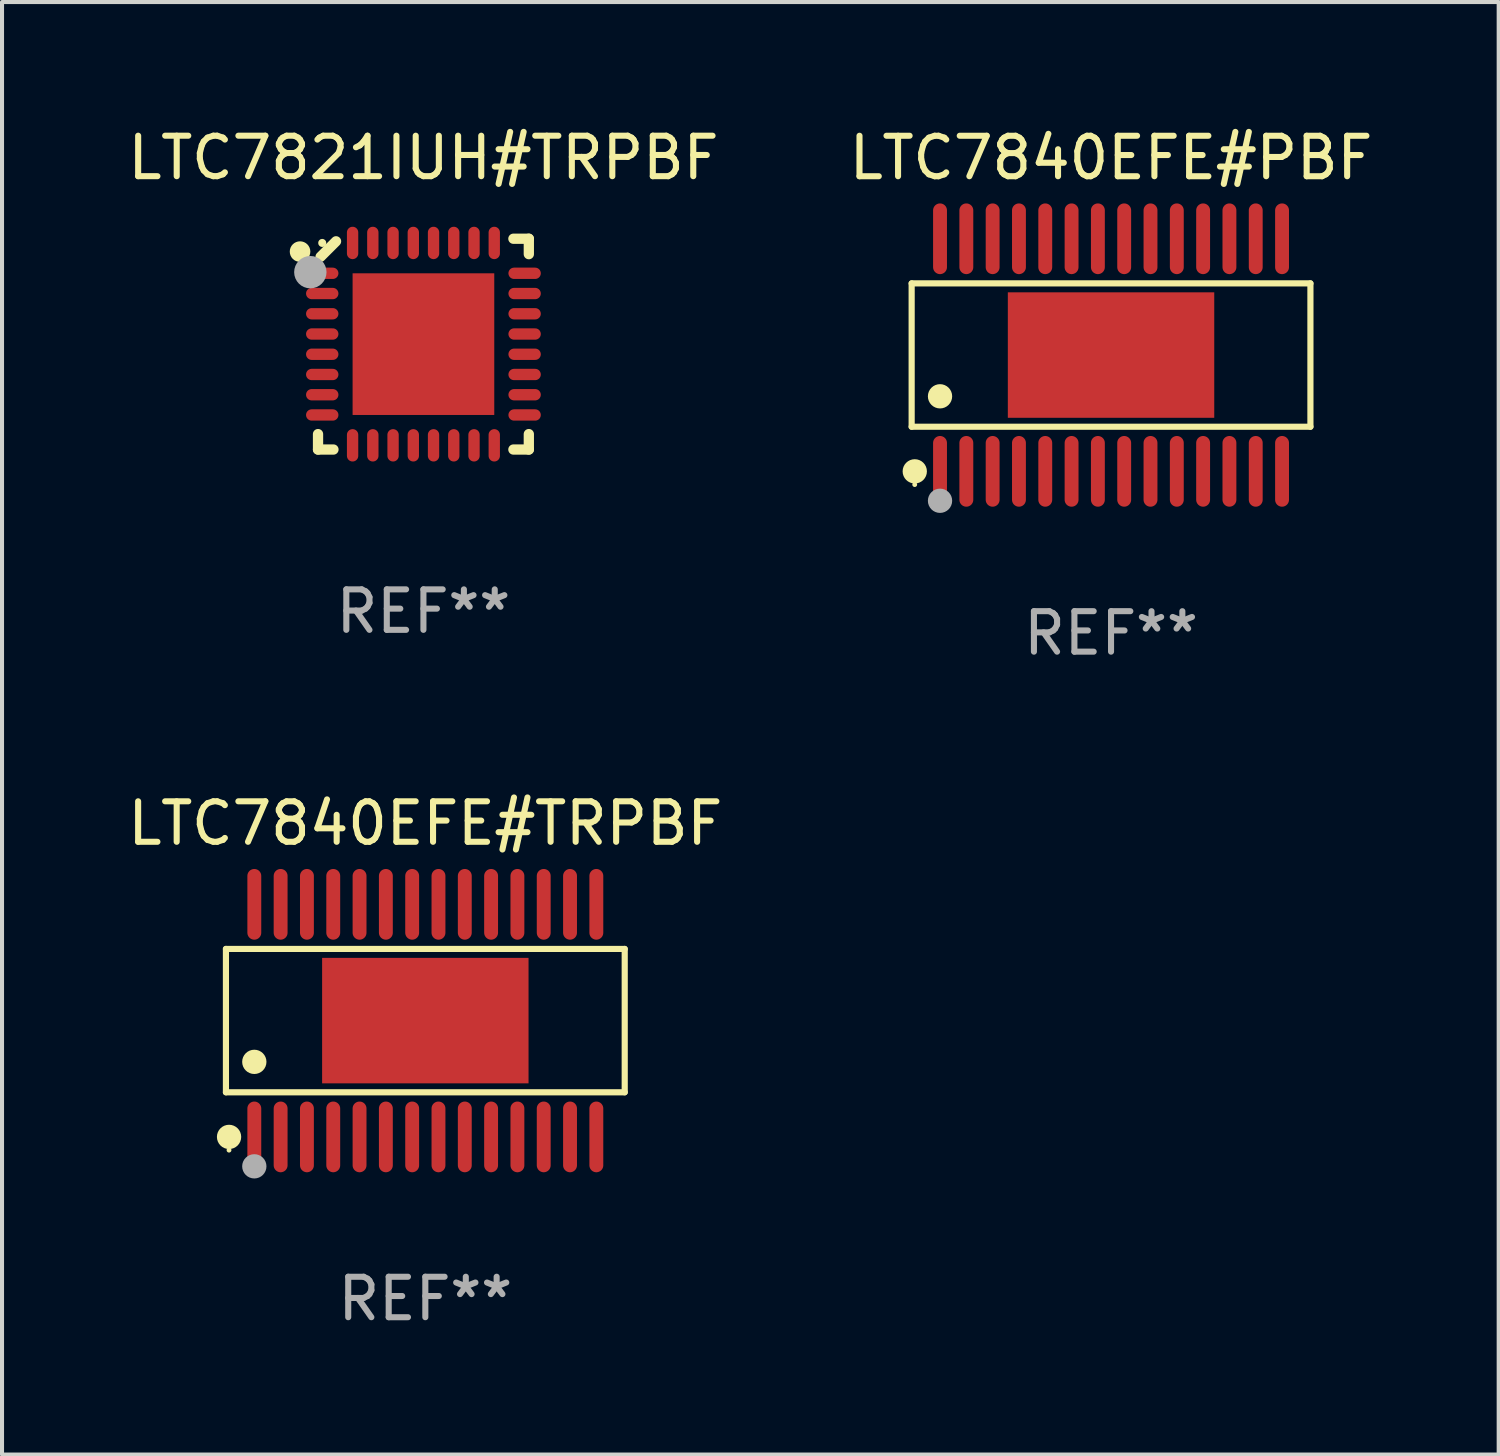
<source format=kicad_pcb>
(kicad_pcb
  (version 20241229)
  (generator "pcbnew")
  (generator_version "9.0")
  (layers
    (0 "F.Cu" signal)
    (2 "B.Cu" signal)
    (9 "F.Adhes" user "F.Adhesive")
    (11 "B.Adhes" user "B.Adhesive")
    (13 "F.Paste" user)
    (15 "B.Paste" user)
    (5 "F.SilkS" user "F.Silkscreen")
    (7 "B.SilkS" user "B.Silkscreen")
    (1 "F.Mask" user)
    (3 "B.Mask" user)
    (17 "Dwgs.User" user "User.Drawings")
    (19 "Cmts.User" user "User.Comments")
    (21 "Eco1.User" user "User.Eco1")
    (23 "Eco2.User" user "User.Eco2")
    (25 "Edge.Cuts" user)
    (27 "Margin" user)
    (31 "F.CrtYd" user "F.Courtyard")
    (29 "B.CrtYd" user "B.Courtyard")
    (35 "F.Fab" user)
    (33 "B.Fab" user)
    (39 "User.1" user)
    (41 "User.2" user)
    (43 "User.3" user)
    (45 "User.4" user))
  (footprint "LTC7840EFE#TRPBF"
    (layer "F.Cu")
    (at 7.458 22.165)
    (property "Reference" "LTC7840EFE#TRPBF" (at 0 -4.873 0) (layer "F.SilkS") (effects (font (size 1 1) (thickness 0.15))))
    (attr through_hole)
    (fp_line (start -4.926 -1.771) (end 4.926 -1.771) (stroke (width 0.152) (type solid)) (layer "F.SilkS"))
    (fp_line (start -4.926 1.771) (end -4.926 -1.771) (stroke (width 0.152) (type solid)) (layer "F.SilkS"))
    (fp_line (start 4.926 -1.771) (end 4.926 1.771) (stroke (width 0.152) (type solid)) (layer "F.SilkS"))
    (fp_line (start 4.926 1.771) (end -4.926 1.771) (stroke (width 0.152) (type solid)) (layer "F.SilkS"))
    (fp_circle (center -4.85 3.2) (end -4.82 3.2) (stroke (width 0.06) (type solid)) (fill no) (layer "F.SilkS"))
    (fp_circle (center -4.849 2.873) (end -4.699 2.873) (stroke (width 0.3) (type solid)) (fill no) (layer "F.SilkS"))
    (fp_circle (center -4.225 1.019) (end -4.075 1.019) (stroke (width 0.3) (type solid)) (fill no) (layer "F.SilkS"))
    (fp_circle (center -4.225 3.6) (end -4.075 3.6) (stroke (width 0.3) (type solid)) (fill no) (layer "F.Fab"))
    (fp_text user "REF**" (at 0 6.873 0) (layer "F.Fab") (effects (font (size 1 1) (thickness 0.15))))
    (pad "1" smd oval (at -4.225 2.873) (size 0.343 1.747) (layers "F.Cu" "F.Mask" "F.Paste"))
    (pad "2" smd oval (at -3.575 2.873) (size 0.343 1.747) (layers "F.Cu" "F.Mask" "F.Paste"))
    (pad "3" smd oval (at -2.925 2.873) (size 0.343 1.747) (layers "F.Cu" "F.Mask" "F.Paste"))
    (pad "4" smd oval (at -2.275 2.873) (size 0.343 1.747) (layers "F.Cu" "F.Mask" "F.Paste"))
    (pad "5" smd oval (at -1.625 2.873) (size 0.343 1.747) (layers "F.Cu" "F.Mask" "F.Paste"))
    (pad "6" smd oval (at -0.975 2.873) (size 0.343 1.747) (layers "F.Cu" "F.Mask" "F.Paste"))
    (pad "7" smd oval (at -0.325 2.873) (size 0.343 1.747) (layers "F.Cu" "F.Mask" "F.Paste"))
    (pad "8" smd oval (at 0.325 2.873) (size 0.343 1.747) (layers "F.Cu" "F.Mask" "F.Paste"))
    (pad "9" smd oval (at 0.975 2.873) (size 0.343 1.747) (layers "F.Cu" "F.Mask" "F.Paste"))
    (pad "10" smd oval (at 1.625 2.873) (size 0.343 1.747) (layers "F.Cu" "F.Mask" "F.Paste"))
    (pad "11" smd oval (at 2.275 2.873) (size 0.343 1.747) (layers "F.Cu" "F.Mask" "F.Paste"))
    (pad "12" smd oval (at 2.925 2.873) (size 0.343 1.747) (layers "F.Cu" "F.Mask" "F.Paste"))
    (pad "13" smd oval (at 3.575 2.873) (size 0.343 1.747) (layers "F.Cu" "F.Mask" "F.Paste"))
    (pad "14" smd oval (at 4.225 2.873) (size 0.343 1.747) (layers "F.Cu" "F.Mask" "F.Paste"))
    (pad "15" smd oval (at 4.225 -2.873) (size 0.343 1.747) (layers "F.Cu" "F.Mask" "F.Paste"))
    (pad "16" smd oval (at 3.575 -2.873) (size 0.343 1.747) (layers "F.Cu" "F.Mask" "F.Paste"))
    (pad "17" smd oval (at 2.925 -2.873) (size 0.343 1.747) (layers "F.Cu" "F.Mask" "F.Paste"))
    (pad "18" smd oval (at 2.275 -2.873) (size 0.343 1.747) (layers "F.Cu" "F.Mask" "F.Paste"))
    (pad "19" smd oval (at 1.625 -2.873) (size 0.343 1.747) (layers "F.Cu" "F.Mask" "F.Paste"))
    (pad "20" smd oval (at 0.975 -2.873) (size 0.343 1.747) (layers "F.Cu" "F.Mask" "F.Paste"))
    (pad "21" smd oval (at 0.325 -2.873) (size 0.343 1.747) (layers "F.Cu" "F.Mask" "F.Paste"))
    (pad "22" smd oval (at -0.325 -2.873) (size 0.343 1.747) (layers "F.Cu" "F.Mask" "F.Paste"))
    (pad "23" smd oval (at -0.975 -2.873) (size 0.343 1.747) (layers "F.Cu" "F.Mask" "F.Paste"))
    (pad "24" smd oval (at -1.625 -2.873) (size 0.343 1.747) (layers "F.Cu" "F.Mask" "F.Paste"))
    (pad "25" smd oval (at -2.275 -2.873) (size 0.343 1.747) (layers "F.Cu" "F.Mask" "F.Paste"))
    (pad "26" smd oval (at -2.925 -2.873) (size 0.343 1.747) (layers "F.Cu" "F.Mask" "F.Paste"))
    (pad "27" smd oval (at -3.575 -2.873) (size 0.343 1.747) (layers "F.Cu" "F.Mask" "F.Paste"))
    (pad "28" smd oval (at -4.225 -2.873) (size 0.343 1.747) (layers "F.Cu" "F.Mask" "F.Paste"))
    (pad "29" smd rect (at 0 0) (size 5.1 3.1) (layers "F.Cu" "F.Mask" "F.Paste")))
  (footprint "LTC7840EFE#PBF"
    (layer "F.Cu")
    (at 24.399 5.722)
    (property "Reference" "LTC7840EFE#PBF" (at 0 -4.873 0) (layer "F.SilkS") (effects (font (size 1 1) (thickness 0.15))))
    (attr through_hole)
    (fp_line (start -4.926 -1.771) (end 4.926 -1.771) (stroke (width 0.152) (type solid)) (layer "F.SilkS"))
    (fp_line (start -4.926 1.771) (end -4.926 -1.771) (stroke (width 0.152) (type solid)) (layer "F.SilkS"))
    (fp_line (start 4.926 -1.771) (end 4.926 1.771) (stroke (width 0.152) (type solid)) (layer "F.SilkS"))
    (fp_line (start 4.926 1.771) (end -4.926 1.771) (stroke (width 0.152) (type solid)) (layer "F.SilkS"))
    (fp_circle (center -4.85 3.2) (end -4.82 3.2) (stroke (width 0.06) (type solid)) (fill no) (layer "F.SilkS"))
    (fp_circle (center -4.849 2.873) (end -4.699 2.873) (stroke (width 0.3) (type solid)) (fill no) (layer "F.SilkS"))
    (fp_circle (center -4.225 1.019) (end -4.075 1.019) (stroke (width 0.3) (type solid)) (fill no) (layer "F.SilkS"))
    (fp_circle (center -4.225 3.6) (end -4.075 3.6) (stroke (width 0.3) (type solid)) (fill no) (layer "F.Fab"))
    (fp_text user "REF**" (at 0 6.873 0) (layer "F.Fab") (effects (font (size 1 1) (thickness 0.15))))
    (pad "1" smd oval (at -4.225 2.873) (size 0.343 1.747) (layers "F.Cu" "F.Mask" "F.Paste"))
    (pad "2" smd oval (at -3.575 2.873) (size 0.343 1.747) (layers "F.Cu" "F.Mask" "F.Paste"))
    (pad "3" smd oval (at -2.925 2.873) (size 0.343 1.747) (layers "F.Cu" "F.Mask" "F.Paste"))
    (pad "4" smd oval (at -2.275 2.873) (size 0.343 1.747) (layers "F.Cu" "F.Mask" "F.Paste"))
    (pad "5" smd oval (at -1.625 2.873) (size 0.343 1.747) (layers "F.Cu" "F.Mask" "F.Paste"))
    (pad "6" smd oval (at -0.975 2.873) (size 0.343 1.747) (layers "F.Cu" "F.Mask" "F.Paste"))
    (pad "7" smd oval (at -0.325 2.873) (size 0.343 1.747) (layers "F.Cu" "F.Mask" "F.Paste"))
    (pad "8" smd oval (at 0.325 2.873) (size 0.343 1.747) (layers "F.Cu" "F.Mask" "F.Paste"))
    (pad "9" smd oval (at 0.975 2.873) (size 0.343 1.747) (layers "F.Cu" "F.Mask" "F.Paste"))
    (pad "10" smd oval (at 1.625 2.873) (size 0.343 1.747) (layers "F.Cu" "F.Mask" "F.Paste"))
    (pad "11" smd oval (at 2.275 2.873) (size 0.343 1.747) (layers "F.Cu" "F.Mask" "F.Paste"))
    (pad "12" smd oval (at 2.925 2.873) (size 0.343 1.747) (layers "F.Cu" "F.Mask" "F.Paste"))
    (pad "13" smd oval (at 3.575 2.873) (size 0.343 1.747) (layers "F.Cu" "F.Mask" "F.Paste"))
    (pad "14" smd oval (at 4.225 2.873) (size 0.343 1.747) (layers "F.Cu" "F.Mask" "F.Paste"))
    (pad "15" smd oval (at 4.225 -2.873) (size 0.343 1.747) (layers "F.Cu" "F.Mask" "F.Paste"))
    (pad "16" smd oval (at 3.575 -2.873) (size 0.343 1.747) (layers "F.Cu" "F.Mask" "F.Paste"))
    (pad "17" smd oval (at 2.925 -2.873) (size 0.343 1.747) (layers "F.Cu" "F.Mask" "F.Paste"))
    (pad "18" smd oval (at 2.275 -2.873) (size 0.343 1.747) (layers "F.Cu" "F.Mask" "F.Paste"))
    (pad "19" smd oval (at 1.625 -2.873) (size 0.343 1.747) (layers "F.Cu" "F.Mask" "F.Paste"))
    (pad "20" smd oval (at 0.975 -2.873) (size 0.343 1.747) (layers "F.Cu" "F.Mask" "F.Paste"))
    (pad "21" smd oval (at 0.325 -2.873) (size 0.343 1.747) (layers "F.Cu" "F.Mask" "F.Paste"))
    (pad "22" smd oval (at -0.325 -2.873) (size 0.343 1.747) (layers "F.Cu" "F.Mask" "F.Paste"))
    (pad "23" smd oval (at -0.975 -2.873) (size 0.343 1.747) (layers "F.Cu" "F.Mask" "F.Paste"))
    (pad "24" smd oval (at -1.625 -2.873) (size 0.343 1.747) (layers "F.Cu" "F.Mask" "F.Paste"))
    (pad "25" smd oval (at -2.275 -2.873) (size 0.343 1.747) (layers "F.Cu" "F.Mask" "F.Paste"))
    (pad "26" smd oval (at -2.925 -2.873) (size 0.343 1.747) (layers "F.Cu" "F.Mask" "F.Paste"))
    (pad "27" smd oval (at -3.575 -2.873) (size 0.343 1.747) (layers "F.Cu" "F.Mask" "F.Paste"))
    (pad "28" smd oval (at -4.225 -2.873) (size 0.343 1.747) (layers "F.Cu" "F.Mask" "F.Paste"))
    (pad "29" smd rect (at 0 0) (size 5.1 3.1) (layers "F.Cu" "F.Mask" "F.Paste")))
  (footprint "LTC7821IUH#TRPBF"
    (layer "F.Cu")
    (at 7.411 5.452)
    (property "Reference" "LTC7821IUH#TRPBF" (at 0 -4.604 0) (layer "F.SilkS") (effects (font (size 1 1) (thickness 0.15))))
    (attr through_hole)
    (fp_line (start -2.604 2.223) (end -2.604 2.604) (stroke (width 0.254) (type solid)) (layer "F.SilkS"))
    (fp_line (start -2.604 2.604) (end -2.223 2.604) (stroke (width 0.254) (type solid)) (layer "F.SilkS"))
    (fp_line (start -2.159 -2.54) (end -2.54 -2.159) (stroke (width 0.254) (type solid)) (layer "F.SilkS"))
    (fp_line (start 2.223 2.604) (end 2.604 2.604) (stroke (width 0.254) (type solid)) (layer "F.SilkS"))
    (fp_line (start 2.604 -2.604) (end 2.223 -2.604) (stroke (width 0.254) (type solid)) (layer "F.SilkS"))
    (fp_line (start 2.604 -2.223) (end 2.604 -2.604) (stroke (width 0.254) (type solid)) (layer "F.SilkS"))
    (fp_line (start 2.604 2.604) (end 2.604 2.223) (stroke (width 0.254) (type solid)) (layer "F.SilkS"))
    (fp_circle (center -3.048 -2.286) (end -2.921 -2.286) (stroke (width 0.254) (type solid)) (fill no) (layer "F.SilkS"))
    (fp_circle (center -2.5 -2.5) (end -2.45 -2.5) (stroke (width 0.1) (type solid)) (fill no) (layer "F.SilkS"))
    (fp_circle (center -2.794 -1.778) (end -2.594 -1.778) (stroke (width 0.4) (type solid)) (fill no) (layer "F.Fab"))
    (fp_text user "REF**" (at 0 6.604 0) (layer "F.Fab") (effects (font (size 1 1) (thickness 0.15))))
    (pad "1" smd oval (at -2.5 -1.75) (size 0.8 0.28) (layers "F.Cu" "F.Mask" "F.Paste"))
    (pad "2" smd oval (at -2.5 -1.25) (size 0.8 0.28) (layers "F.Cu" "F.Mask" "F.Paste"))
    (pad "3" smd oval (at -2.5 -0.75) (size 0.8 0.28) (layers "F.Cu" "F.Mask" "F.Paste"))
    (pad "4" smd oval (at -2.5 -0.25) (size 0.8 0.28) (layers "F.Cu" "F.Mask" "F.Paste"))
    (pad "5" smd oval (at -2.5 0.25) (size 0.8 0.28) (layers "F.Cu" "F.Mask" "F.Paste"))
    (pad "6" smd oval (at -2.5 0.75) (size 0.8 0.28) (layers "F.Cu" "F.Mask" "F.Paste"))
    (pad "7" smd oval (at -2.5 1.25) (size 0.8 0.28) (layers "F.Cu" "F.Mask" "F.Paste"))
    (pad "8" smd oval (at -2.5 1.75) (size 0.8 0.28) (layers "F.Cu" "F.Mask" "F.Paste"))
    (pad "9" smd oval (at -1.75 2.5) (size 0.28 0.8) (layers "F.Cu" "F.Mask" "F.Paste"))
    (pad "10" smd oval (at -1.25 2.5) (size 0.28 0.8) (layers "F.Cu" "F.Mask" "F.Paste"))
    (pad "11" smd oval (at -0.75 2.5) (size 0.28 0.8) (layers "F.Cu" "F.Mask" "F.Paste"))
    (pad "12" smd oval (at -0.25 2.5) (size 0.28 0.8) (layers "F.Cu" "F.Mask" "F.Paste"))
    (pad "13" smd oval (at 0.25 2.5) (size 0.28 0.8) (layers "F.Cu" "F.Mask" "F.Paste"))
    (pad "14" smd oval (at 0.75 2.5) (size 0.28 0.8) (layers "F.Cu" "F.Mask" "F.Paste"))
    (pad "15" smd oval (at 1.25 2.5) (size 0.28 0.8) (layers "F.Cu" "F.Mask" "F.Paste"))
    (pad "16" smd oval (at 1.75 2.5) (size 0.28 0.8) (layers "F.Cu" "F.Mask" "F.Paste"))
    (pad "17" smd oval (at 2.5 1.75) (size 0.8 0.28) (layers "F.Cu" "F.Mask" "F.Paste"))
    (pad "18" smd oval (at 2.5 1.25) (size 0.8 0.28) (layers "F.Cu" "F.Mask" "F.Paste"))
    (pad "19" smd oval (at 2.5 0.75) (size 0.8 0.28) (layers "F.Cu" "F.Mask" "F.Paste"))
    (pad "20" smd oval (at 2.5 0.25) (size 0.8 0.28) (layers "F.Cu" "F.Mask" "F.Paste"))
    (pad "21" smd oval (at 2.5 -0.25) (size 0.8 0.28) (layers "F.Cu" "F.Mask" "F.Paste"))
    (pad "22" smd oval (at 2.5 -0.75) (size 0.8 0.28) (layers "F.Cu" "F.Mask" "F.Paste"))
    (pad "23" smd oval (at 2.5 -1.25) (size 0.8 0.28) (layers "F.Cu" "F.Mask" "F.Paste"))
    (pad "24" smd oval (at 2.5 -1.75) (size 0.8 0.28) (layers "F.Cu" "F.Mask" "F.Paste"))
    (pad "25" smd oval (at 1.75 -2.5) (size 0.28 0.8) (layers "F.Cu" "F.Mask" "F.Paste"))
    (pad "26" smd oval (at 1.25 -2.5) (size 0.28 0.8) (layers "F.Cu" "F.Mask" "F.Paste"))
    (pad "27" smd oval (at 0.75 -2.5) (size 0.28 0.8) (layers "F.Cu" "F.Mask" "F.Paste"))
    (pad "28" smd oval (at 0.25 -2.5) (size 0.28 0.8) (layers "F.Cu" "F.Mask" "F.Paste"))
    (pad "29" smd oval (at -0.25 -2.5) (size 0.28 0.8) (layers "F.Cu" "F.Mask" "F.Paste"))
    (pad "30" smd oval (at -0.75 -2.5) (size 0.28 0.8) (layers "F.Cu" "F.Mask" "F.Paste"))
    (pad "31" smd oval (at -1.25 -2.5) (size 0.28 0.8) (layers "F.Cu" "F.Mask" "F.Paste"))
    (pad "32" smd oval (at -1.75 -2.5) (size 0.28 0.8) (layers "F.Cu" "F.Mask" "F.Paste"))
    (pad "33" smd rect (at 0.000076 0.000076) (size 3.5 3.5) (layers "F.Cu" "F.Mask" "F.Paste")))
  (gr_rect
    (start -3 -3)
    (end 33.976 32.886)
    (stroke (width 0.1) (type default))
    (fill no)
    (layer "Edge.Cuts")))
</source>
